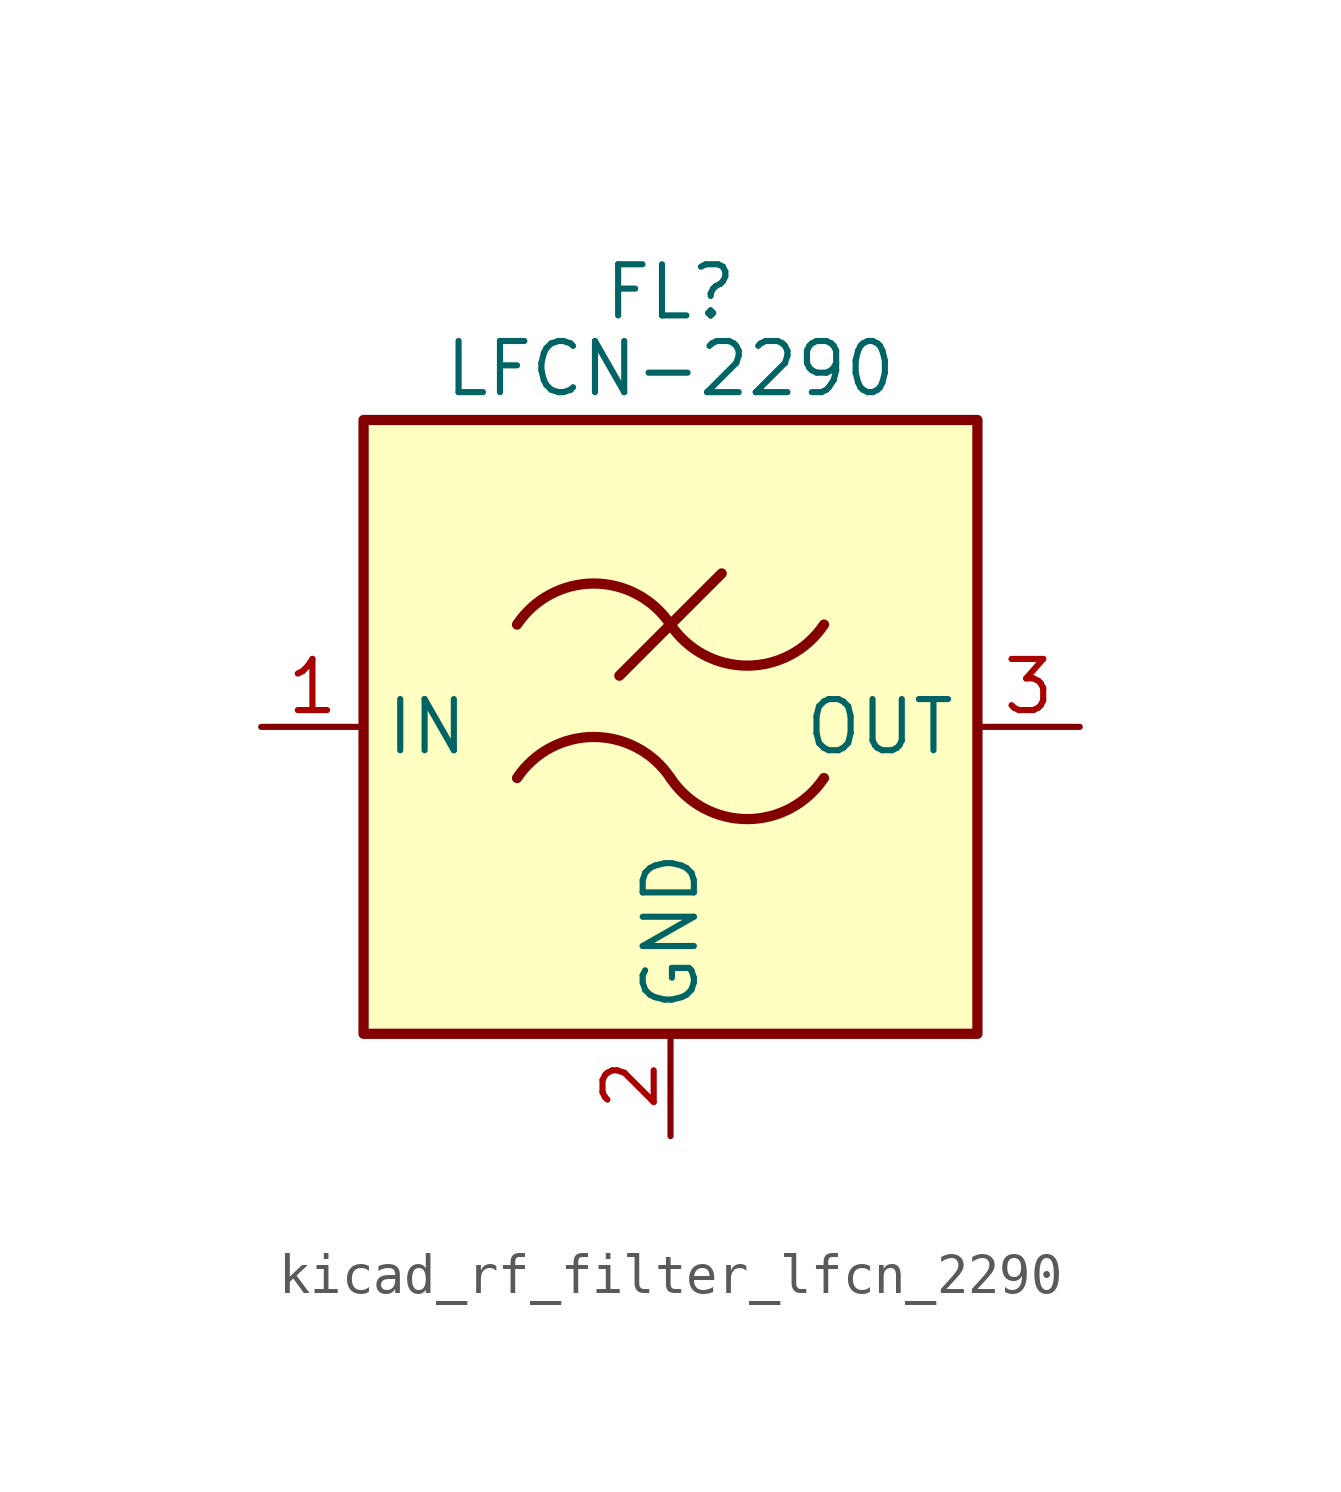
<source format=kicad_sym>
(kicad_symbol_lib
  (version 20220914)
  (generator kicad_symbol_editor)
  (symbol "kicad_rf_filter_lfcn_2290"
    (property "Reference" "FL"
      (at 0 10.795 0)
      (effects (font (size 1.27 1.27))))
    (property "Value" "LFCN-2290"
      (at 0 8.89 0)
      (effects (font (size 1.27 1.27))))
    (symbol "kicad_rf_filter_lfcn_2290_0_1"
      (rectangle (start -7.62 7.62) (end 7.62 -7.62) (stroke (width 0.254) (type default)) (fill (type background)))
      (arc (start 0 -1.27) (mid -1.905 -0.2505) (end -3.81 -1.27) (stroke (width 0.254) (type default)) (fill (type none)))
      (arc (start 0 -1.27) (mid 1.905 -2.2895) (end 3.81 -1.27) (stroke (width 0.254) (type default)) (fill (type none)))
      (polyline (pts (xy -1.27 1.27) (xy 1.27 3.81)) (stroke (width 0.254) (type default)) (fill (type none)))
      (arc (start 0 2.54) (mid -1.905 3.5595) (end -3.81 2.54) (stroke (width 0.254) (type default)) (fill (type none)))
      (arc (start 0 2.54) (mid 1.905 1.5205) (end 3.81 2.54) (stroke (width 0.254) (type default)) (fill (type none))))
    (symbol "kicad_rf_filter_lfcn_2290_1_1"
      (pin passive line (at -10.16 0 0) (length 2.54) (name "IN" (effects (font (size 1.27 1.27)))) (number "1" (effects (font (size 1.27 1.27)))))
      (pin passive line (at 0 -10.16 90) (length 2.54) (name "GND" (effects (font (size 1.27 1.27)))) (number "2" (effects (font (size 1.27 1.27)))))
      (pin passive line (at 10.16 0 180) (length 2.54) (name "OUT" (effects (font (size 1.27 1.27)))) (number "3" (effects (font (size 1.27 1.27)))))
      (pin passive line (at 0 -10.16 90) (length 2.54) hide (name "GND" (effects (font (size 1.27 1.27)))) (number "4" (effects (font (size 1.27 1.27))))))))
</source>
